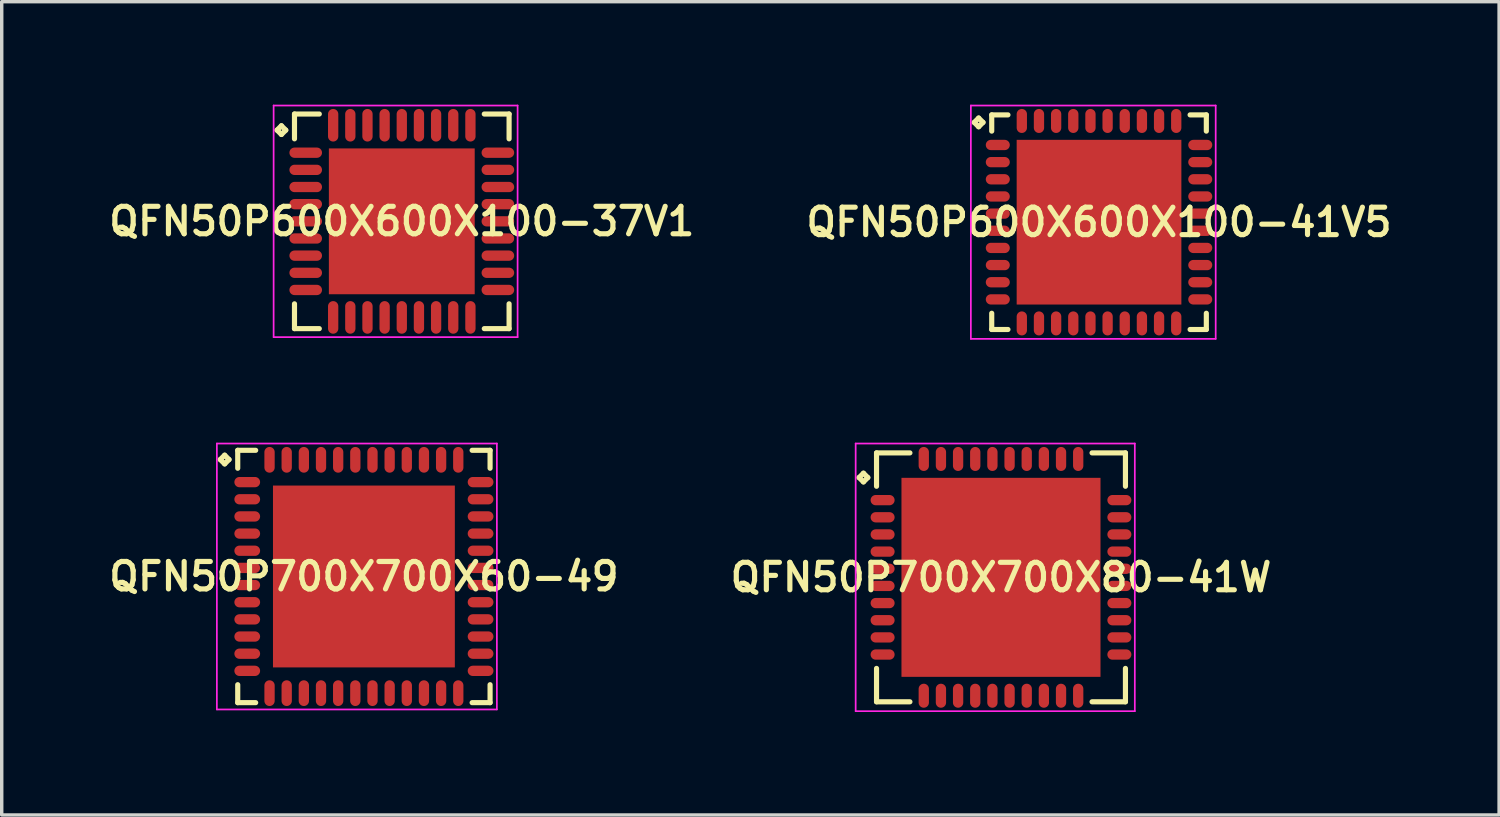
<source format=kicad_pcb>
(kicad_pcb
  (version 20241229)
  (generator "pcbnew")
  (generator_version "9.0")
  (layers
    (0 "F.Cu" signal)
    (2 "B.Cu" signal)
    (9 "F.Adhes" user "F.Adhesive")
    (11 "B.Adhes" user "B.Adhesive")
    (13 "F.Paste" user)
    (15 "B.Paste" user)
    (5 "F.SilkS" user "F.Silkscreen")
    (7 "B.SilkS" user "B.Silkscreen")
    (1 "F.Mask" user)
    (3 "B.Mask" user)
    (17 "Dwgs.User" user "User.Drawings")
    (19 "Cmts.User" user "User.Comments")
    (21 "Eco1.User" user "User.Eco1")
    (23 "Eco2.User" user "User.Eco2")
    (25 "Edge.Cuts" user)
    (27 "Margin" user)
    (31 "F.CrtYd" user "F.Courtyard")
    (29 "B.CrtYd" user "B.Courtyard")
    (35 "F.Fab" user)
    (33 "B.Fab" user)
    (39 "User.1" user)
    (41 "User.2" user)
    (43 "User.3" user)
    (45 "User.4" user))
  (footprint "QFN50P700X700X60-49"
    (layer "F.Cu")
    (at 7.555 13.75)
    (property "Reference" "QFN50P700X700X60-49" (at 0 0 0) (layer "F.SilkS") (effects (font (size 0.8 0.8) (thickness 0.15))))
    (attr smd)
    (fp_line (start -4.185 -3.408) (end -4.058 -3.535) (stroke (width 0.15) (type solid)) (layer "F.SilkS"))
    (fp_line (start -4.058 -3.535) (end -3.931 -3.408) (stroke (width 0.15) (type solid)) (layer "F.SilkS"))
    (fp_line (start -4.058 -3.281) (end -4.185 -3.408) (stroke (width 0.15) (type solid)) (layer "F.SilkS"))
    (fp_line (start -3.931 -3.408) (end -4.058 -3.281) (stroke (width 0.15) (type solid)) (layer "F.SilkS"))
    (fp_line (start -3.677 -3.677) (end -3.154 -3.677) (stroke (width 0.15) (type solid)) (layer "F.SilkS"))
    (fp_line (start -3.677 -3.154) (end -3.677 -3.677) (stroke (width 0.15) (type solid)) (layer "F.SilkS"))
    (fp_line (start -3.677 3.154) (end -3.677 3.677) (stroke (width 0.15) (type solid)) (layer "F.SilkS"))
    (fp_line (start -3.677 3.677) (end -3.154 3.677) (stroke (width 0.15) (type solid)) (layer "F.SilkS"))
    (fp_line (start 3.154 -3.677) (end 3.677 -3.677) (stroke (width 0.15) (type solid)) (layer "F.SilkS"))
    (fp_line (start 3.154 3.677) (end 3.677 3.677) (stroke (width 0.15) (type solid)) (layer "F.SilkS"))
    (fp_line (start 3.677 -3.677) (end 3.677 -3.154) (stroke (width 0.15) (type solid)) (layer "F.SilkS"))
    (fp_line (start 3.677 3.677) (end 3.677 3.154) (stroke (width 0.15) (type solid)) (layer "F.SilkS"))
    (fp_line (start -4.285 -3.875) (end 3.875 -3.875) (stroke (width 0.05) (type solid)) (layer "F.CrtYd"))
    (fp_line (start -4.285 3.875) (end -4.285 -3.875) (stroke (width 0.05) (type solid)) (layer "F.CrtYd"))
    (fp_line (start 3.875 -3.875) (end 3.875 3.875) (stroke (width 0.05) (type solid)) (layer "F.CrtYd"))
    (fp_line (start 3.875 3.875) (end -4.285 3.875) (stroke (width 0.05) (type solid)) (layer "F.CrtYd"))
    (pad "1" smd oval (at -3.4 -2.75) (size 0.75 0.3) (layers "F.Cu" "F.Mask" "F.Paste"))
    (pad "2" smd oval (at -3.4 -2.25) (size 0.75 0.3) (layers "F.Cu" "F.Mask" "F.Paste"))
    (pad "3" smd oval (at -3.4 -1.75) (size 0.75 0.3) (layers "F.Cu" "F.Mask" "F.Paste"))
    (pad "4" smd oval (at -3.4 -1.25) (size 0.75 0.3) (layers "F.Cu" "F.Mask" "F.Paste"))
    (pad "5" smd oval (at -3.4 -0.75) (size 0.75 0.3) (layers "F.Cu" "F.Mask" "F.Paste"))
    (pad "6" smd oval (at -3.4 -0.25) (size 0.75 0.3) (layers "F.Cu" "F.Mask" "F.Paste"))
    (pad "7" smd oval (at -3.4 0.25) (size 0.75 0.3) (layers "F.Cu" "F.Mask" "F.Paste"))
    (pad "8" smd oval (at -3.4 0.75) (size 0.75 0.3) (layers "F.Cu" "F.Mask" "F.Paste"))
    (pad "9" smd oval (at -3.4 1.25) (size 0.75 0.3) (layers "F.Cu" "F.Mask" "F.Paste"))
    (pad "10" smd oval (at -3.4 1.75) (size 0.75 0.3) (layers "F.Cu" "F.Mask" "F.Paste"))
    (pad "11" smd oval (at -3.4 2.25) (size 0.75 0.3) (layers "F.Cu" "F.Mask" "F.Paste"))
    (pad "12" smd oval (at -3.4 2.75) (size 0.75 0.3) (layers "F.Cu" "F.Mask" "F.Paste"))
    (pad "13" smd oval (at -2.75 3.4) (size 0.3 0.75) (layers "F.Cu" "F.Mask" "F.Paste"))
    (pad "14" smd oval (at -2.25 3.4) (size 0.3 0.75) (layers "F.Cu" "F.Mask" "F.Paste"))
    (pad "15" smd oval (at -1.75 3.4) (size 0.3 0.75) (layers "F.Cu" "F.Mask" "F.Paste"))
    (pad "16" smd oval (at -1.25 3.4) (size 0.3 0.75) (layers "F.Cu" "F.Mask" "F.Paste"))
    (pad "17" smd oval (at -0.75 3.4) (size 0.3 0.75) (layers "F.Cu" "F.Mask" "F.Paste"))
    (pad "18" smd oval (at -0.25 3.4) (size 0.3 0.75) (layers "F.Cu" "F.Mask" "F.Paste"))
    (pad "19" smd oval (at 0.25 3.4) (size 0.3 0.75) (layers "F.Cu" "F.Mask" "F.Paste"))
    (pad "20" smd oval (at 0.75 3.4) (size 0.3 0.75) (layers "F.Cu" "F.Mask" "F.Paste"))
    (pad "21" smd oval (at 1.25 3.4) (size 0.3 0.75) (layers "F.Cu" "F.Mask" "F.Paste"))
    (pad "22" smd oval (at 1.75 3.4) (size 0.3 0.75) (layers "F.Cu" "F.Mask" "F.Paste"))
    (pad "23" smd oval (at 2.25 3.4) (size 0.3 0.75) (layers "F.Cu" "F.Mask" "F.Paste"))
    (pad "24" smd oval (at 2.75 3.4) (size 0.3 0.75) (layers "F.Cu" "F.Mask" "F.Paste"))
    (pad "25" smd oval (at 3.4 2.75) (size 0.75 0.3) (layers "F.Cu" "F.Mask" "F.Paste"))
    (pad "26" smd oval (at 3.4 2.25) (size 0.75 0.3) (layers "F.Cu" "F.Mask" "F.Paste"))
    (pad "27" smd oval (at 3.4 1.75) (size 0.75 0.3) (layers "F.Cu" "F.Mask" "F.Paste"))
    (pad "28" smd oval (at 3.4 1.25) (size 0.75 0.3) (layers "F.Cu" "F.Mask" "F.Paste"))
    (pad "29" smd oval (at 3.4 0.75) (size 0.75 0.3) (layers "F.Cu" "F.Mask" "F.Paste"))
    (pad "30" smd oval (at 3.4 0.25) (size 0.75 0.3) (layers "F.Cu" "F.Mask" "F.Paste"))
    (pad "31" smd oval (at 3.4 -0.25) (size 0.75 0.3) (layers "F.Cu" "F.Mask" "F.Paste"))
    (pad "32" smd oval (at 3.4 -0.75) (size 0.75 0.3) (layers "F.Cu" "F.Mask" "F.Paste"))
    (pad "33" smd oval (at 3.4 -1.25) (size 0.75 0.3) (layers "F.Cu" "F.Mask" "F.Paste"))
    (pad "34" smd oval (at 3.4 -1.75) (size 0.75 0.3) (layers "F.Cu" "F.Mask" "F.Paste"))
    (pad "35" smd oval (at 3.4 -2.25) (size 0.75 0.3) (layers "F.Cu" "F.Mask" "F.Paste"))
    (pad "36" smd oval (at 3.4 -2.75) (size 0.75 0.3) (layers "F.Cu" "F.Mask" "F.Paste"))
    (pad "37" smd oval (at 2.75 -3.4) (size 0.3 0.75) (layers "F.Cu" "F.Mask" "F.Paste"))
    (pad "38" smd oval (at 2.25 -3.4) (size 0.3 0.75) (layers "F.Cu" "F.Mask" "F.Paste"))
    (pad "39" smd oval (at 1.75 -3.4) (size 0.3 0.75) (layers "F.Cu" "F.Mask" "F.Paste"))
    (pad "40" smd oval (at 1.25 -3.4) (size 0.3 0.75) (layers "F.Cu" "F.Mask" "F.Paste"))
    (pad "41" smd oval (at 0.75 -3.4) (size 0.3 0.75) (layers "F.Cu" "F.Mask" "F.Paste"))
    (pad "42" smd oval (at 0.25 -3.4) (size 0.3 0.75) (layers "F.Cu" "F.Mask" "F.Paste"))
    (pad "43" smd oval (at -0.25 -3.4) (size 0.3 0.75) (layers "F.Cu" "F.Mask" "F.Paste"))
    (pad "44" smd oval (at -0.75 -3.4) (size 0.3 0.75) (layers "F.Cu" "F.Mask" "F.Paste"))
    (pad "45" smd oval (at -1.25 -3.4) (size 0.3 0.75) (layers "F.Cu" "F.Mask" "F.Paste"))
    (pad "46" smd oval (at -1.75 -3.4) (size 0.3 0.75) (layers "F.Cu" "F.Mask" "F.Paste"))
    (pad "47" smd oval (at -2.25 -3.4) (size 0.3 0.75) (layers "F.Cu" "F.Mask" "F.Paste"))
    (pad "48" smd oval (at -2.75 -3.4) (size 0.3 0.75) (layers "F.Cu" "F.Mask" "F.Paste"))
    (pad "49" smd rect (at 0 0) (size 5.3 5.3) (layers "F.Cu" "F.Mask" "F.Paste")))
  (footprint "QFN50P600X600X100-37V1"
    (layer "F.Cu")
    (at 8.659 3.4)
    (property "Reference" "QFN50P600X600X100-37V1" (at 0 0 0) (layer "F.SilkS") (effects (font (size 0.8 0.8) (thickness 0.15))))
    (attr smd)
    (fp_line (start -3.635 -2.658) (end -3.508 -2.785) (stroke (width 0.15) (type solid)) (layer "F.SilkS"))
    (fp_line (start -3.508 -2.785) (end -3.381 -2.658) (stroke (width 0.15) (type solid)) (layer "F.SilkS"))
    (fp_line (start -3.508 -2.531) (end -3.635 -2.658) (stroke (width 0.15) (type solid)) (layer "F.SilkS"))
    (fp_line (start -3.381 -2.658) (end -3.508 -2.531) (stroke (width 0.15) (type solid)) (layer "F.SilkS"))
    (fp_line (start -3.127 -3.127) (end -2.404 -3.127) (stroke (width 0.15) (type solid)) (layer "F.SilkS"))
    (fp_line (start -3.127 -2.404) (end -3.127 -3.127) (stroke (width 0.15) (type solid)) (layer "F.SilkS"))
    (fp_line (start -3.127 2.404) (end -3.127 3.127) (stroke (width 0.15) (type solid)) (layer "F.SilkS"))
    (fp_line (start -3.127 3.127) (end -2.404 3.127) (stroke (width 0.15) (type solid)) (layer "F.SilkS"))
    (fp_line (start 2.404 -3.127) (end 3.127 -3.127) (stroke (width 0.15) (type solid)) (layer "F.SilkS"))
    (fp_line (start 2.404 3.127) (end 3.127 3.127) (stroke (width 0.15) (type solid)) (layer "F.SilkS"))
    (fp_line (start 3.127 -3.127) (end 3.127 -2.404) (stroke (width 0.15) (type solid)) (layer "F.SilkS"))
    (fp_line (start 3.127 3.127) (end 3.127 2.404) (stroke (width 0.15) (type solid)) (layer "F.SilkS"))
    (fp_line (start -3.735 -3.375) (end 3.375 -3.375) (stroke (width 0.05) (type solid)) (layer "F.CrtYd"))
    (fp_line (start -3.735 3.375) (end -3.735 -3.375) (stroke (width 0.05) (type solid)) (layer "F.CrtYd"))
    (fp_line (start 3.375 -3.375) (end 3.375 3.375) (stroke (width 0.05) (type solid)) (layer "F.CrtYd"))
    (fp_line (start 3.375 3.375) (end -3.735 3.375) (stroke (width 0.05) (type solid)) (layer "F.CrtYd"))
    (pad "1" smd oval (at -2.8 -2) (size 0.95 0.3) (layers "F.Cu" "F.Mask" "F.Paste"))
    (pad "2" smd oval (at -2.8 -1.5) (size 0.95 0.3) (layers "F.Cu" "F.Mask" "F.Paste"))
    (pad "3" smd oval (at -2.8 -1) (size 0.95 0.3) (layers "F.Cu" "F.Mask" "F.Paste"))
    (pad "4" smd oval (at -2.8 -0.5) (size 0.95 0.3) (layers "F.Cu" "F.Mask" "F.Paste"))
    (pad "5" smd oval (at -2.8 0) (size 0.95 0.3) (layers "F.Cu" "F.Mask" "F.Paste"))
    (pad "6" smd oval (at -2.8 0.5) (size 0.95 0.3) (layers "F.Cu" "F.Mask" "F.Paste"))
    (pad "7" smd oval (at -2.8 1) (size 0.95 0.3) (layers "F.Cu" "F.Mask" "F.Paste"))
    (pad "8" smd oval (at -2.8 1.5) (size 0.95 0.3) (layers "F.Cu" "F.Mask" "F.Paste"))
    (pad "9" smd oval (at -2.8 2) (size 0.95 0.3) (layers "F.Cu" "F.Mask" "F.Paste"))
    (pad "10" smd oval (at -2 2.8) (size 0.3 0.95) (layers "F.Cu" "F.Mask" "F.Paste"))
    (pad "11" smd oval (at -1.5 2.8) (size 0.3 0.95) (layers "F.Cu" "F.Mask" "F.Paste"))
    (pad "12" smd oval (at -1 2.8) (size 0.3 0.95) (layers "F.Cu" "F.Mask" "F.Paste"))
    (pad "13" smd oval (at -0.5 2.8) (size 0.3 0.95) (layers "F.Cu" "F.Mask" "F.Paste"))
    (pad "14" smd oval (at 0 2.8) (size 0.3 0.95) (layers "F.Cu" "F.Mask" "F.Paste"))
    (pad "15" smd oval (at 0.5 2.8) (size 0.3 0.95) (layers "F.Cu" "F.Mask" "F.Paste"))
    (pad "16" smd oval (at 1 2.8) (size 0.3 0.95) (layers "F.Cu" "F.Mask" "F.Paste"))
    (pad "17" smd oval (at 1.5 2.8) (size 0.3 0.95) (layers "F.Cu" "F.Mask" "F.Paste"))
    (pad "18" smd oval (at 2 2.8) (size 0.3 0.95) (layers "F.Cu" "F.Mask" "F.Paste"))
    (pad "19" smd oval (at 2.8 2) (size 0.95 0.3) (layers "F.Cu" "F.Mask" "F.Paste"))
    (pad "20" smd oval (at 2.8 1.5) (size 0.95 0.3) (layers "F.Cu" "F.Mask" "F.Paste"))
    (pad "21" smd oval (at 2.8 1) (size 0.95 0.3) (layers "F.Cu" "F.Mask" "F.Paste"))
    (pad "22" smd oval (at 2.8 0.5) (size 0.95 0.3) (layers "F.Cu" "F.Mask" "F.Paste"))
    (pad "23" smd oval (at 2.8 0) (size 0.95 0.3) (layers "F.Cu" "F.Mask" "F.Paste"))
    (pad "24" smd oval (at 2.8 -0.5) (size 0.95 0.3) (layers "F.Cu" "F.Mask" "F.Paste"))
    (pad "25" smd oval (at 2.8 -1) (size 0.95 0.3) (layers "F.Cu" "F.Mask" "F.Paste"))
    (pad "26" smd oval (at 2.8 -1.5) (size 0.95 0.3) (layers "F.Cu" "F.Mask" "F.Paste"))
    (pad "27" smd oval (at 2.8 -2) (size 0.95 0.3) (layers "F.Cu" "F.Mask" "F.Paste"))
    (pad "28" smd oval (at 2 -2.8) (size 0.3 0.95) (layers "F.Cu" "F.Mask" "F.Paste"))
    (pad "29" smd oval (at 1.5 -2.8) (size 0.3 0.95) (layers "F.Cu" "F.Mask" "F.Paste"))
    (pad "30" smd oval (at 1 -2.8) (size 0.3 0.95) (layers "F.Cu" "F.Mask" "F.Paste"))
    (pad "31" smd oval (at 0.5 -2.8) (size 0.3 0.95) (layers "F.Cu" "F.Mask" "F.Paste"))
    (pad "32" smd oval (at 0 -2.8) (size 0.3 0.95) (layers "F.Cu" "F.Mask" "F.Paste"))
    (pad "33" smd oval (at -0.5 -2.8) (size 0.3 0.95) (layers "F.Cu" "F.Mask" "F.Paste"))
    (pad "34" smd oval (at -1 -2.8) (size 0.3 0.95) (layers "F.Cu" "F.Mask" "F.Paste"))
    (pad "35" smd oval (at -1.5 -2.8) (size 0.3 0.95) (layers "F.Cu" "F.Mask" "F.Paste"))
    (pad "36" smd oval (at -2 -2.8) (size 0.3 0.95) (layers "F.Cu" "F.Mask" "F.Paste"))
    (pad "37" smd rect (at 0 0) (size 4.25 4.25) (layers "F.Cu" "F.Mask" "F.Paste")))
  (footprint "QFN50P700X700X80-41W"
    (layer "F.Cu")
    (at 26.121 13.775)
    (property "Reference" "QFN50P700X700X80-41W" (at 0 0 0) (layer "F.SilkS") (effects (font (size 0.8 0.8) (thickness 0.15))))
    (attr smd)
    (fp_line (start -4.135 -2.908) (end -4.008 -3.035) (stroke (width 0.15) (type solid)) (layer "F.SilkS"))
    (fp_line (start -4.008 -3.035) (end -3.881 -2.908) (stroke (width 0.15) (type solid)) (layer "F.SilkS"))
    (fp_line (start -4.008 -2.781) (end -4.135 -2.908) (stroke (width 0.15) (type solid)) (layer "F.SilkS"))
    (fp_line (start -3.881 -2.908) (end -4.008 -2.781) (stroke (width 0.15) (type solid)) (layer "F.SilkS"))
    (fp_line (start -3.627 -3.627) (end -2.654 -3.627) (stroke (width 0.15) (type solid)) (layer "F.SilkS"))
    (fp_line (start -3.627 -2.654) (end -3.627 -3.627) (stroke (width 0.15) (type solid)) (layer "F.SilkS"))
    (fp_line (start -3.627 2.654) (end -3.627 3.627) (stroke (width 0.15) (type solid)) (layer "F.SilkS"))
    (fp_line (start -3.627 3.627) (end -2.654 3.627) (stroke (width 0.15) (type solid)) (layer "F.SilkS"))
    (fp_line (start 2.654 -3.627) (end 3.627 -3.627) (stroke (width 0.15) (type solid)) (layer "F.SilkS"))
    (fp_line (start 2.654 3.627) (end 3.627 3.627) (stroke (width 0.15) (type solid)) (layer "F.SilkS"))
    (fp_line (start 3.627 -3.627) (end 3.627 -2.654) (stroke (width 0.15) (type solid)) (layer "F.SilkS"))
    (fp_line (start 3.627 3.627) (end 3.627 2.654) (stroke (width 0.15) (type solid)) (layer "F.SilkS"))
    (fp_line (start -4.235 -3.9) (end 3.9 -3.9) (stroke (width 0.05) (type solid)) (layer "F.CrtYd"))
    (fp_line (start -4.235 3.9) (end -4.235 -3.9) (stroke (width 0.05) (type solid)) (layer "F.CrtYd"))
    (fp_line (start 3.9 -3.9) (end 3.9 3.9) (stroke (width 0.05) (type solid)) (layer "F.CrtYd"))
    (fp_line (start 3.9 3.9) (end -4.235 3.9) (stroke (width 0.05) (type solid)) (layer "F.CrtYd"))
    (pad "1" smd oval (at -3.45 -2.25) (size 0.7 0.3) (layers "F.Cu" "F.Mask" "F.Paste"))
    (pad "2" smd oval (at -3.45 -1.75) (size 0.7 0.3) (layers "F.Cu" "F.Mask" "F.Paste"))
    (pad "3" smd oval (at -3.45 -1.25) (size 0.7 0.3) (layers "F.Cu" "F.Mask" "F.Paste"))
    (pad "4" smd oval (at -3.45 -0.75) (size 0.7 0.3) (layers "F.Cu" "F.Mask" "F.Paste"))
    (pad "5" smd oval (at -3.45 -0.25) (size 0.7 0.3) (layers "F.Cu" "F.Mask" "F.Paste"))
    (pad "6" smd oval (at -3.45 0.25) (size 0.7 0.3) (layers "F.Cu" "F.Mask" "F.Paste"))
    (pad "7" smd oval (at -3.45 0.75) (size 0.7 0.3) (layers "F.Cu" "F.Mask" "F.Paste"))
    (pad "8" smd oval (at -3.45 1.25) (size 0.7 0.3) (layers "F.Cu" "F.Mask" "F.Paste"))
    (pad "9" smd oval (at -3.45 1.75) (size 0.7 0.3) (layers "F.Cu" "F.Mask" "F.Paste"))
    (pad "10" smd oval (at -3.45 2.25) (size 0.7 0.3) (layers "F.Cu" "F.Mask" "F.Paste"))
    (pad "11" smd oval (at -2.25 3.45) (size 0.3 0.7) (layers "F.Cu" "F.Mask" "F.Paste"))
    (pad "12" smd oval (at -1.75 3.45) (size 0.3 0.7) (layers "F.Cu" "F.Mask" "F.Paste"))
    (pad "13" smd oval (at -1.25 3.45) (size 0.3 0.7) (layers "F.Cu" "F.Mask" "F.Paste"))
    (pad "14" smd oval (at -0.75 3.45) (size 0.3 0.7) (layers "F.Cu" "F.Mask" "F.Paste"))
    (pad "15" smd oval (at -0.25 3.45) (size 0.3 0.7) (layers "F.Cu" "F.Mask" "F.Paste"))
    (pad "16" smd oval (at 0.25 3.45) (size 0.3 0.7) (layers "F.Cu" "F.Mask" "F.Paste"))
    (pad "17" smd oval (at 0.75 3.45) (size 0.3 0.7) (layers "F.Cu" "F.Mask" "F.Paste"))
    (pad "18" smd oval (at 1.25 3.45) (size 0.3 0.7) (layers "F.Cu" "F.Mask" "F.Paste"))
    (pad "19" smd oval (at 1.75 3.45) (size 0.3 0.7) (layers "F.Cu" "F.Mask" "F.Paste"))
    (pad "20" smd oval (at 2.25 3.45) (size 0.3 0.7) (layers "F.Cu" "F.Mask" "F.Paste"))
    (pad "21" smd oval (at 3.45 2.25) (size 0.7 0.3) (layers "F.Cu" "F.Mask" "F.Paste"))
    (pad "22" smd oval (at 3.45 1.75) (size 0.7 0.3) (layers "F.Cu" "F.Mask" "F.Paste"))
    (pad "23" smd oval (at 3.45 1.25) (size 0.7 0.3) (layers "F.Cu" "F.Mask" "F.Paste"))
    (pad "24" smd oval (at 3.45 0.75) (size 0.7 0.3) (layers "F.Cu" "F.Mask" "F.Paste"))
    (pad "25" smd oval (at 3.45 0.25) (size 0.7 0.3) (layers "F.Cu" "F.Mask" "F.Paste"))
    (pad "26" smd oval (at 3.45 -0.25) (size 0.7 0.3) (layers "F.Cu" "F.Mask" "F.Paste"))
    (pad "27" smd oval (at 3.45 -0.75) (size 0.7 0.3) (layers "F.Cu" "F.Mask" "F.Paste"))
    (pad "28" smd oval (at 3.45 -1.25) (size 0.7 0.3) (layers "F.Cu" "F.Mask" "F.Paste"))
    (pad "29" smd oval (at 3.45 -1.75) (size 0.7 0.3) (layers "F.Cu" "F.Mask" "F.Paste"))
    (pad "30" smd oval (at 3.45 -2.25) (size 0.7 0.3) (layers "F.Cu" "F.Mask" "F.Paste"))
    (pad "31" smd oval (at 2.25 -3.45) (size 0.3 0.7) (layers "F.Cu" "F.Mask" "F.Paste"))
    (pad "32" smd oval (at 1.75 -3.45) (size 0.3 0.7) (layers "F.Cu" "F.Mask" "F.Paste"))
    (pad "33" smd oval (at 1.25 -3.45) (size 0.3 0.7) (layers "F.Cu" "F.Mask" "F.Paste"))
    (pad "34" smd oval (at 0.75 -3.45) (size 0.3 0.7) (layers "F.Cu" "F.Mask" "F.Paste"))
    (pad "35" smd oval (at 0.25 -3.45) (size 0.3 0.7) (layers "F.Cu" "F.Mask" "F.Paste"))
    (pad "36" smd oval (at -0.25 -3.45) (size 0.3 0.7) (layers "F.Cu" "F.Mask" "F.Paste"))
    (pad "37" smd oval (at -0.75 -3.45) (size 0.3 0.7) (layers "F.Cu" "F.Mask" "F.Paste"))
    (pad "38" smd oval (at -1.25 -3.45) (size 0.3 0.7) (layers "F.Cu" "F.Mask" "F.Paste"))
    (pad "39" smd oval (at -1.75 -3.45) (size 0.3 0.7) (layers "F.Cu" "F.Mask" "F.Paste"))
    (pad "40" smd oval (at -2.25 -3.45) (size 0.3 0.7) (layers "F.Cu" "F.Mask" "F.Paste"))
    (pad "41" smd rect (at 0 0) (size 5.8 5.8) (layers "F.Cu" "F.Mask" "F.Paste")))
  (footprint "QFN50P600X600X100-41V5"
    (layer "F.Cu")
    (at 28.978 3.425)
    (property "Reference" "QFN50P600X600X100-41V5" (at 0 0 0) (layer "F.SilkS") (effects (font (size 0.8 0.8) (thickness 0.15))))
    (attr smd)
    (fp_line (start -3.635 -2.908) (end -3.508 -3.035) (stroke (width 0.15) (type solid)) (layer "F.SilkS"))
    (fp_line (start -3.508 -3.035) (end -3.381 -2.908) (stroke (width 0.15) (type solid)) (layer "F.SilkS"))
    (fp_line (start -3.508 -2.781) (end -3.635 -2.908) (stroke (width 0.15) (type solid)) (layer "F.SilkS"))
    (fp_line (start -3.381 -2.908) (end -3.508 -2.781) (stroke (width 0.15) (type solid)) (layer "F.SilkS"))
    (fp_line (start -3.127 -3.127) (end -2.654 -3.127) (stroke (width 0.15) (type solid)) (layer "F.SilkS"))
    (fp_line (start -3.127 -2.654) (end -3.127 -3.127) (stroke (width 0.15) (type solid)) (layer "F.SilkS"))
    (fp_line (start -3.127 2.654) (end -3.127 3.127) (stroke (width 0.15) (type solid)) (layer "F.SilkS"))
    (fp_line (start -3.127 3.127) (end -2.654 3.127) (stroke (width 0.15) (type solid)) (layer "F.SilkS"))
    (fp_line (start 2.654 -3.127) (end 3.127 -3.127) (stroke (width 0.15) (type solid)) (layer "F.SilkS"))
    (fp_line (start 2.654 3.127) (end 3.127 3.127) (stroke (width 0.15) (type solid)) (layer "F.SilkS"))
    (fp_line (start 3.127 -3.127) (end 3.127 -2.654) (stroke (width 0.15) (type solid)) (layer "F.SilkS"))
    (fp_line (start 3.127 3.127) (end 3.127 2.654) (stroke (width 0.15) (type solid)) (layer "F.SilkS"))
    (fp_line (start -3.735 -3.4) (end 3.4 -3.4) (stroke (width 0.05) (type solid)) (layer "F.CrtYd"))
    (fp_line (start -3.735 3.4) (end -3.735 -3.4) (stroke (width 0.05) (type solid)) (layer "F.CrtYd"))
    (fp_line (start 3.4 -3.4) (end 3.4 3.4) (stroke (width 0.05) (type solid)) (layer "F.CrtYd"))
    (fp_line (start 3.4 3.4) (end -3.735 3.4) (stroke (width 0.05) (type solid)) (layer "F.CrtYd"))
    (pad "1" smd oval (at -2.95 -2.25) (size 0.7 0.3) (layers "F.Cu" "F.Mask" "F.Paste"))
    (pad "2" smd oval (at -2.95 -1.75) (size 0.7 0.3) (layers "F.Cu" "F.Mask" "F.Paste"))
    (pad "3" smd oval (at -2.95 -1.25) (size 0.7 0.3) (layers "F.Cu" "F.Mask" "F.Paste"))
    (pad "4" smd oval (at -2.95 -0.75) (size 0.7 0.3) (layers "F.Cu" "F.Mask" "F.Paste"))
    (pad "5" smd oval (at -2.95 -0.25) (size 0.7 0.3) (layers "F.Cu" "F.Mask" "F.Paste"))
    (pad "6" smd oval (at -2.95 0.25) (size 0.7 0.3) (layers "F.Cu" "F.Mask" "F.Paste"))
    (pad "7" smd oval (at -2.95 0.75) (size 0.7 0.3) (layers "F.Cu" "F.Mask" "F.Paste"))
    (pad "8" smd oval (at -2.95 1.25) (size 0.7 0.3) (layers "F.Cu" "F.Mask" "F.Paste"))
    (pad "9" smd oval (at -2.95 1.75) (size 0.7 0.3) (layers "F.Cu" "F.Mask" "F.Paste"))
    (pad "10" smd oval (at -2.95 2.25) (size 0.7 0.3) (layers "F.Cu" "F.Mask" "F.Paste"))
    (pad "11" smd oval (at -2.25 2.95) (size 0.3 0.7) (layers "F.Cu" "F.Mask" "F.Paste"))
    (pad "12" smd oval (at -1.75 2.95) (size 0.3 0.7) (layers "F.Cu" "F.Mask" "F.Paste"))
    (pad "13" smd oval (at -1.25 2.95) (size 0.3 0.7) (layers "F.Cu" "F.Mask" "F.Paste"))
    (pad "14" smd oval (at -0.75 2.95) (size 0.3 0.7) (layers "F.Cu" "F.Mask" "F.Paste"))
    (pad "15" smd oval (at -0.25 2.95) (size 0.3 0.7) (layers "F.Cu" "F.Mask" "F.Paste"))
    (pad "16" smd oval (at 0.25 2.95) (size 0.3 0.7) (layers "F.Cu" "F.Mask" "F.Paste"))
    (pad "17" smd oval (at 0.75 2.95) (size 0.3 0.7) (layers "F.Cu" "F.Mask" "F.Paste"))
    (pad "18" smd oval (at 1.25 2.95) (size 0.3 0.7) (layers "F.Cu" "F.Mask" "F.Paste"))
    (pad "19" smd oval (at 1.75 2.95) (size 0.3 0.7) (layers "F.Cu" "F.Mask" "F.Paste"))
    (pad "20" smd oval (at 2.25 2.95) (size 0.3 0.7) (layers "F.Cu" "F.Mask" "F.Paste"))
    (pad "21" smd oval (at 2.95 2.25) (size 0.7 0.3) (layers "F.Cu" "F.Mask" "F.Paste"))
    (pad "22" smd oval (at 2.95 1.75) (size 0.7 0.3) (layers "F.Cu" "F.Mask" "F.Paste"))
    (pad "23" smd oval (at 2.95 1.25) (size 0.7 0.3) (layers "F.Cu" "F.Mask" "F.Paste"))
    (pad "24" smd oval (at 2.95 0.75) (size 0.7 0.3) (layers "F.Cu" "F.Mask" "F.Paste"))
    (pad "25" smd oval (at 2.95 0.25) (size 0.7 0.3) (layers "F.Cu" "F.Mask" "F.Paste"))
    (pad "26" smd oval (at 2.95 -0.25) (size 0.7 0.3) (layers "F.Cu" "F.Mask" "F.Paste"))
    (pad "27" smd oval (at 2.95 -0.75) (size 0.7 0.3) (layers "F.Cu" "F.Mask" "F.Paste"))
    (pad "28" smd oval (at 2.95 -1.25) (size 0.7 0.3) (layers "F.Cu" "F.Mask" "F.Paste"))
    (pad "29" smd oval (at 2.95 -1.75) (size 0.7 0.3) (layers "F.Cu" "F.Mask" "F.Paste"))
    (pad "30" smd oval (at 2.95 -2.25) (size 0.7 0.3) (layers "F.Cu" "F.Mask" "F.Paste"))
    (pad "31" smd oval (at 2.25 -2.95) (size 0.3 0.7) (layers "F.Cu" "F.Mask" "F.Paste"))
    (pad "32" smd oval (at 1.75 -2.95) (size 0.3 0.7) (layers "F.Cu" "F.Mask" "F.Paste"))
    (pad "33" smd oval (at 1.25 -2.95) (size 0.3 0.7) (layers "F.Cu" "F.Mask" "F.Paste"))
    (pad "34" smd oval (at 0.75 -2.95) (size 0.3 0.7) (layers "F.Cu" "F.Mask" "F.Paste"))
    (pad "35" smd oval (at 0.25 -2.95) (size 0.3 0.7) (layers "F.Cu" "F.Mask" "F.Paste"))
    (pad "36" smd oval (at -0.25 -2.95) (size 0.3 0.7) (layers "F.Cu" "F.Mask" "F.Paste"))
    (pad "37" smd oval (at -0.75 -2.95) (size 0.3 0.7) (layers "F.Cu" "F.Mask" "F.Paste"))
    (pad "38" smd oval (at -1.25 -2.95) (size 0.3 0.7) (layers "F.Cu" "F.Mask" "F.Paste"))
    (pad "39" smd oval (at -1.75 -2.95) (size 0.3 0.7) (layers "F.Cu" "F.Mask" "F.Paste"))
    (pad "40" smd oval (at -2.25 -2.95) (size 0.3 0.7) (layers "F.Cu" "F.Mask" "F.Paste"))
    (pad "41" smd rect (at 0 0) (size 4.8 4.8) (layers "F.Cu" "F.Mask" "F.Paste")))
  (gr_rect
    (start -3 -3)
    (end 40.637 20.7)
    (stroke (width 0.1) (type default))
    (fill no)
    (layer "Edge.Cuts")))
</source>
